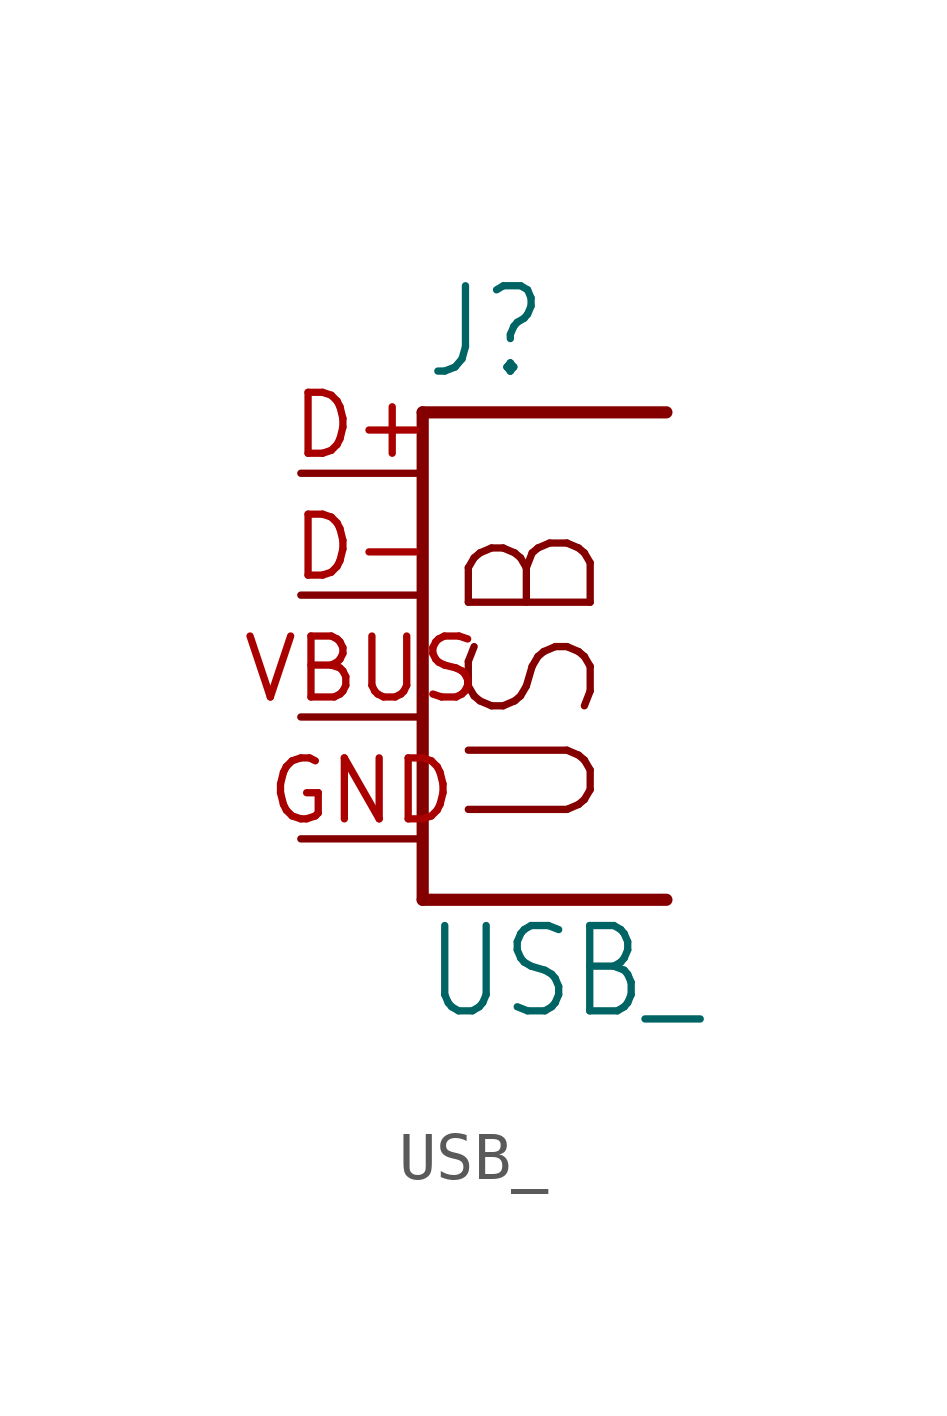
<source format=kicad_sym>
(kicad_symbol_lib
  (version 20211014)
  (generator kicad_symbol_editor)
  (symbol "USB_"
    (property "Reference" "J"
      (at 0 9.525 0)
      (effects (font (size 1.778 1.511)) (justify left bottom)))
    (property "Value" "USB_"
      (at 0 -3.81 0)
      (effects (font (size 1.778 1.511)) (justify left bottom)))
    (property "ki_locked" ""
      (at 0 0 0)
      (effects (font (size 1.27 1.27))))
    (symbol "USB__1_0"
      (polyline (pts (xy 0 -1.27) (xy 5.08 -1.27)) (stroke (width 0.254) (type default) (color 0 0 0 0)) (fill (type none)))
      (polyline (pts (xy 0 8.89) (xy 0 -1.27)) (stroke (width 0.254) (type default) (color 0 0 0 0)) (fill (type none)))
      (polyline (pts (xy 5.08 8.89) (xy 0 8.89)) (stroke (width 0.254) (type default) (color 0 0 0 0)) (fill (type none)))
      (text "USB" (at 3.81 0 900) (effects (font (size 2.54 2.159)) (justify left bottom)))
      (pin bidirectional line (at -2.54 7.62 0) (length 2.54) (name "D+" (effects (font (size 0 0)))) (number "D+" (effects (font (size 1.27 1.27)))))
      (pin bidirectional line (at -2.54 5.08 0) (length 2.54) (name "D-" (effects (font (size 0 0)))) (number "D-" (effects (font (size 1.27 1.27)))))
      (pin bidirectional line (at -2.54 0 0) (length 2.54) (name "GND" (effects (font (size 0 0)))) (number "GND" (effects (font (size 1.27 1.27)))))
      (pin bidirectional line (at -2.54 2.54 0) (length 2.54) (name "VBUS" (effects (font (size 0 0)))) (number "VBUS" (effects (font (size 1.27 1.27))))))))
</source>
